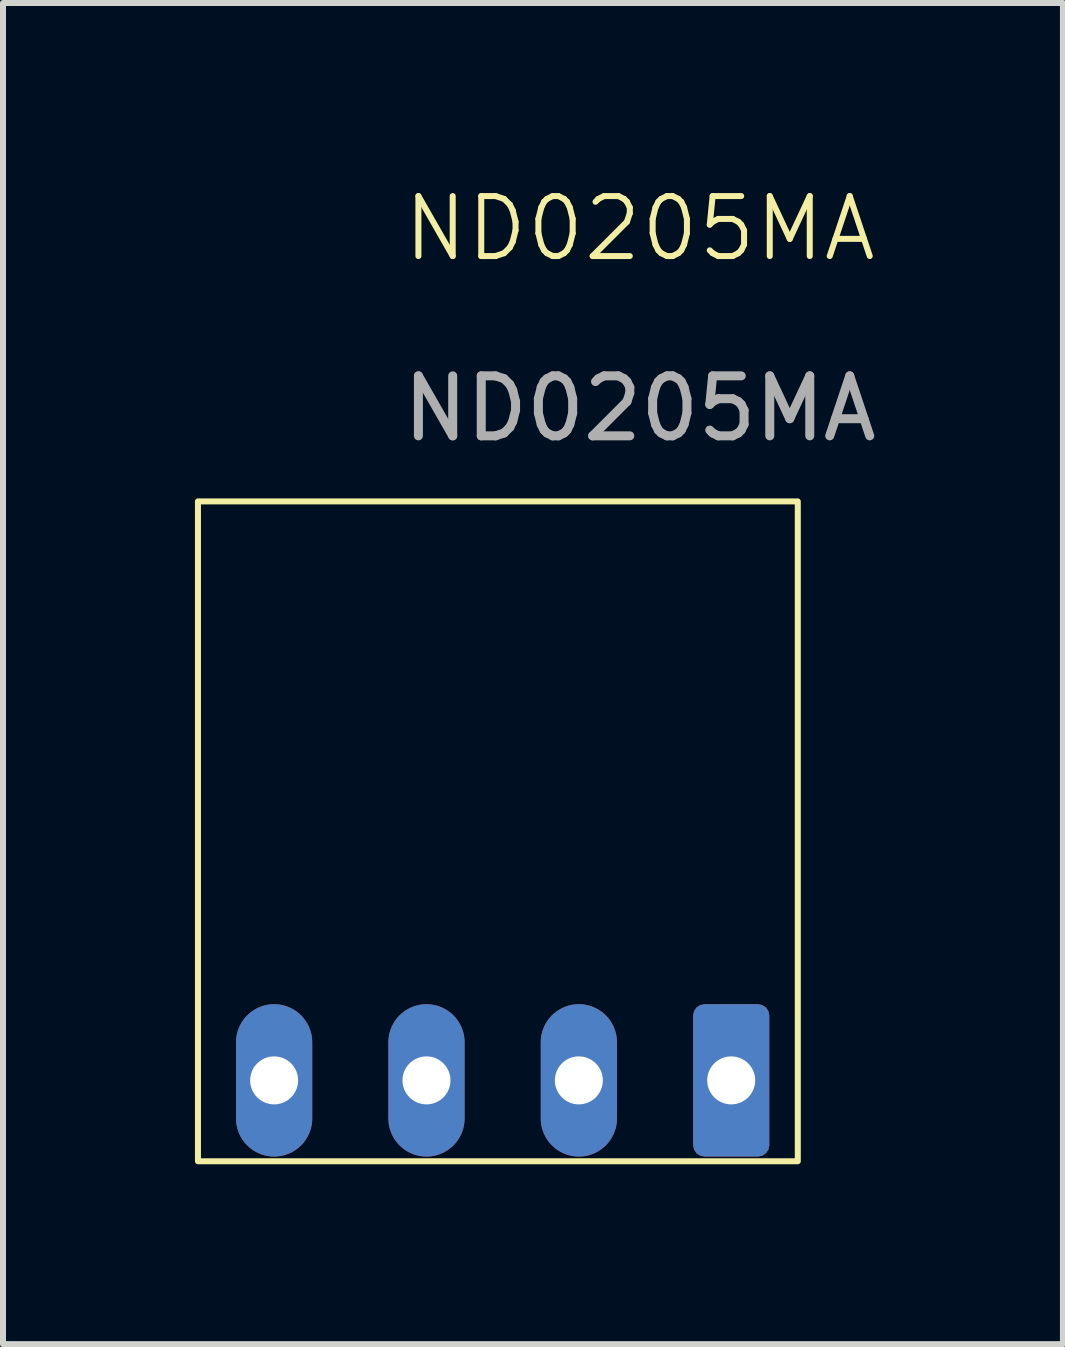
<source format=kicad_pcb>
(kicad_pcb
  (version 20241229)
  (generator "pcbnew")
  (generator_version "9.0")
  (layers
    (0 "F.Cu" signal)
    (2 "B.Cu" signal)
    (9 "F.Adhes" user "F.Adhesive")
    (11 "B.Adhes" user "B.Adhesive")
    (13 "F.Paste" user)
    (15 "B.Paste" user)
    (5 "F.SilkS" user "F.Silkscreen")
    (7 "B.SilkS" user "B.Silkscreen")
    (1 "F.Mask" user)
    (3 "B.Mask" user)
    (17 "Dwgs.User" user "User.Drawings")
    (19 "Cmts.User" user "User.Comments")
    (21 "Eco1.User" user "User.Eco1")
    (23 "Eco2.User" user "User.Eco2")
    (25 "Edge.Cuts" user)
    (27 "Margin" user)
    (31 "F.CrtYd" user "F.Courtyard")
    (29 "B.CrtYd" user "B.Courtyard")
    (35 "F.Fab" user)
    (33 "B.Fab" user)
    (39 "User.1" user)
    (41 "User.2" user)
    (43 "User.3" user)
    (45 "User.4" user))
  (footprint "ND0205MA"
    (layer "F.Cu")
    (at 0.25 5.309)
    (property "Reference" "ND0205MA" (at 7.366 -4.548 0) (unlocked yes) (layer "F.SilkS") (effects (font (size 1 1) (thickness 0.1))))
    (attr through_hole)
    (fp_rect (start 0 0) (end 10 11) (stroke (width 0.1) (type solid)) (fill no) (layer "F.SilkS"))
    (fp_text user "${REFERENCE}" (at 7.366 -1.548 0) (unlocked yes) (layer "F.Fab") (effects (font (size 1 1) (thickness 0.15))))
    (pad "1" thru_hole oval (at 1.27 9.652 90) (size 2.54 1.27) (drill 0.8) (layers "*.Cu" "*.Mask"))
    (pad "2" thru_hole oval (at 3.81 9.652 90) (size 2.54 1.27) (drill 0.8) (layers "*.Cu" "*.Mask"))
    (pad "3" thru_hole oval (at 6.35 9.652 90) (size 2.54 1.27) (drill 0.8) (layers "*.Cu" "*.Mask"))
    (pad "4" thru_hole roundrect (at 8.89 9.652 90) (size 2.54 1.27) (drill 0.8) (layers "*.Cu" "*.Mask") (roundrect_rratio 0.15)))
  (gr_rect
    (start -3 -3)
    (end 14.67 19.358)
    (stroke (width 0.1) (type default))
    (fill no)
    (layer "Edge.Cuts")))
</source>
